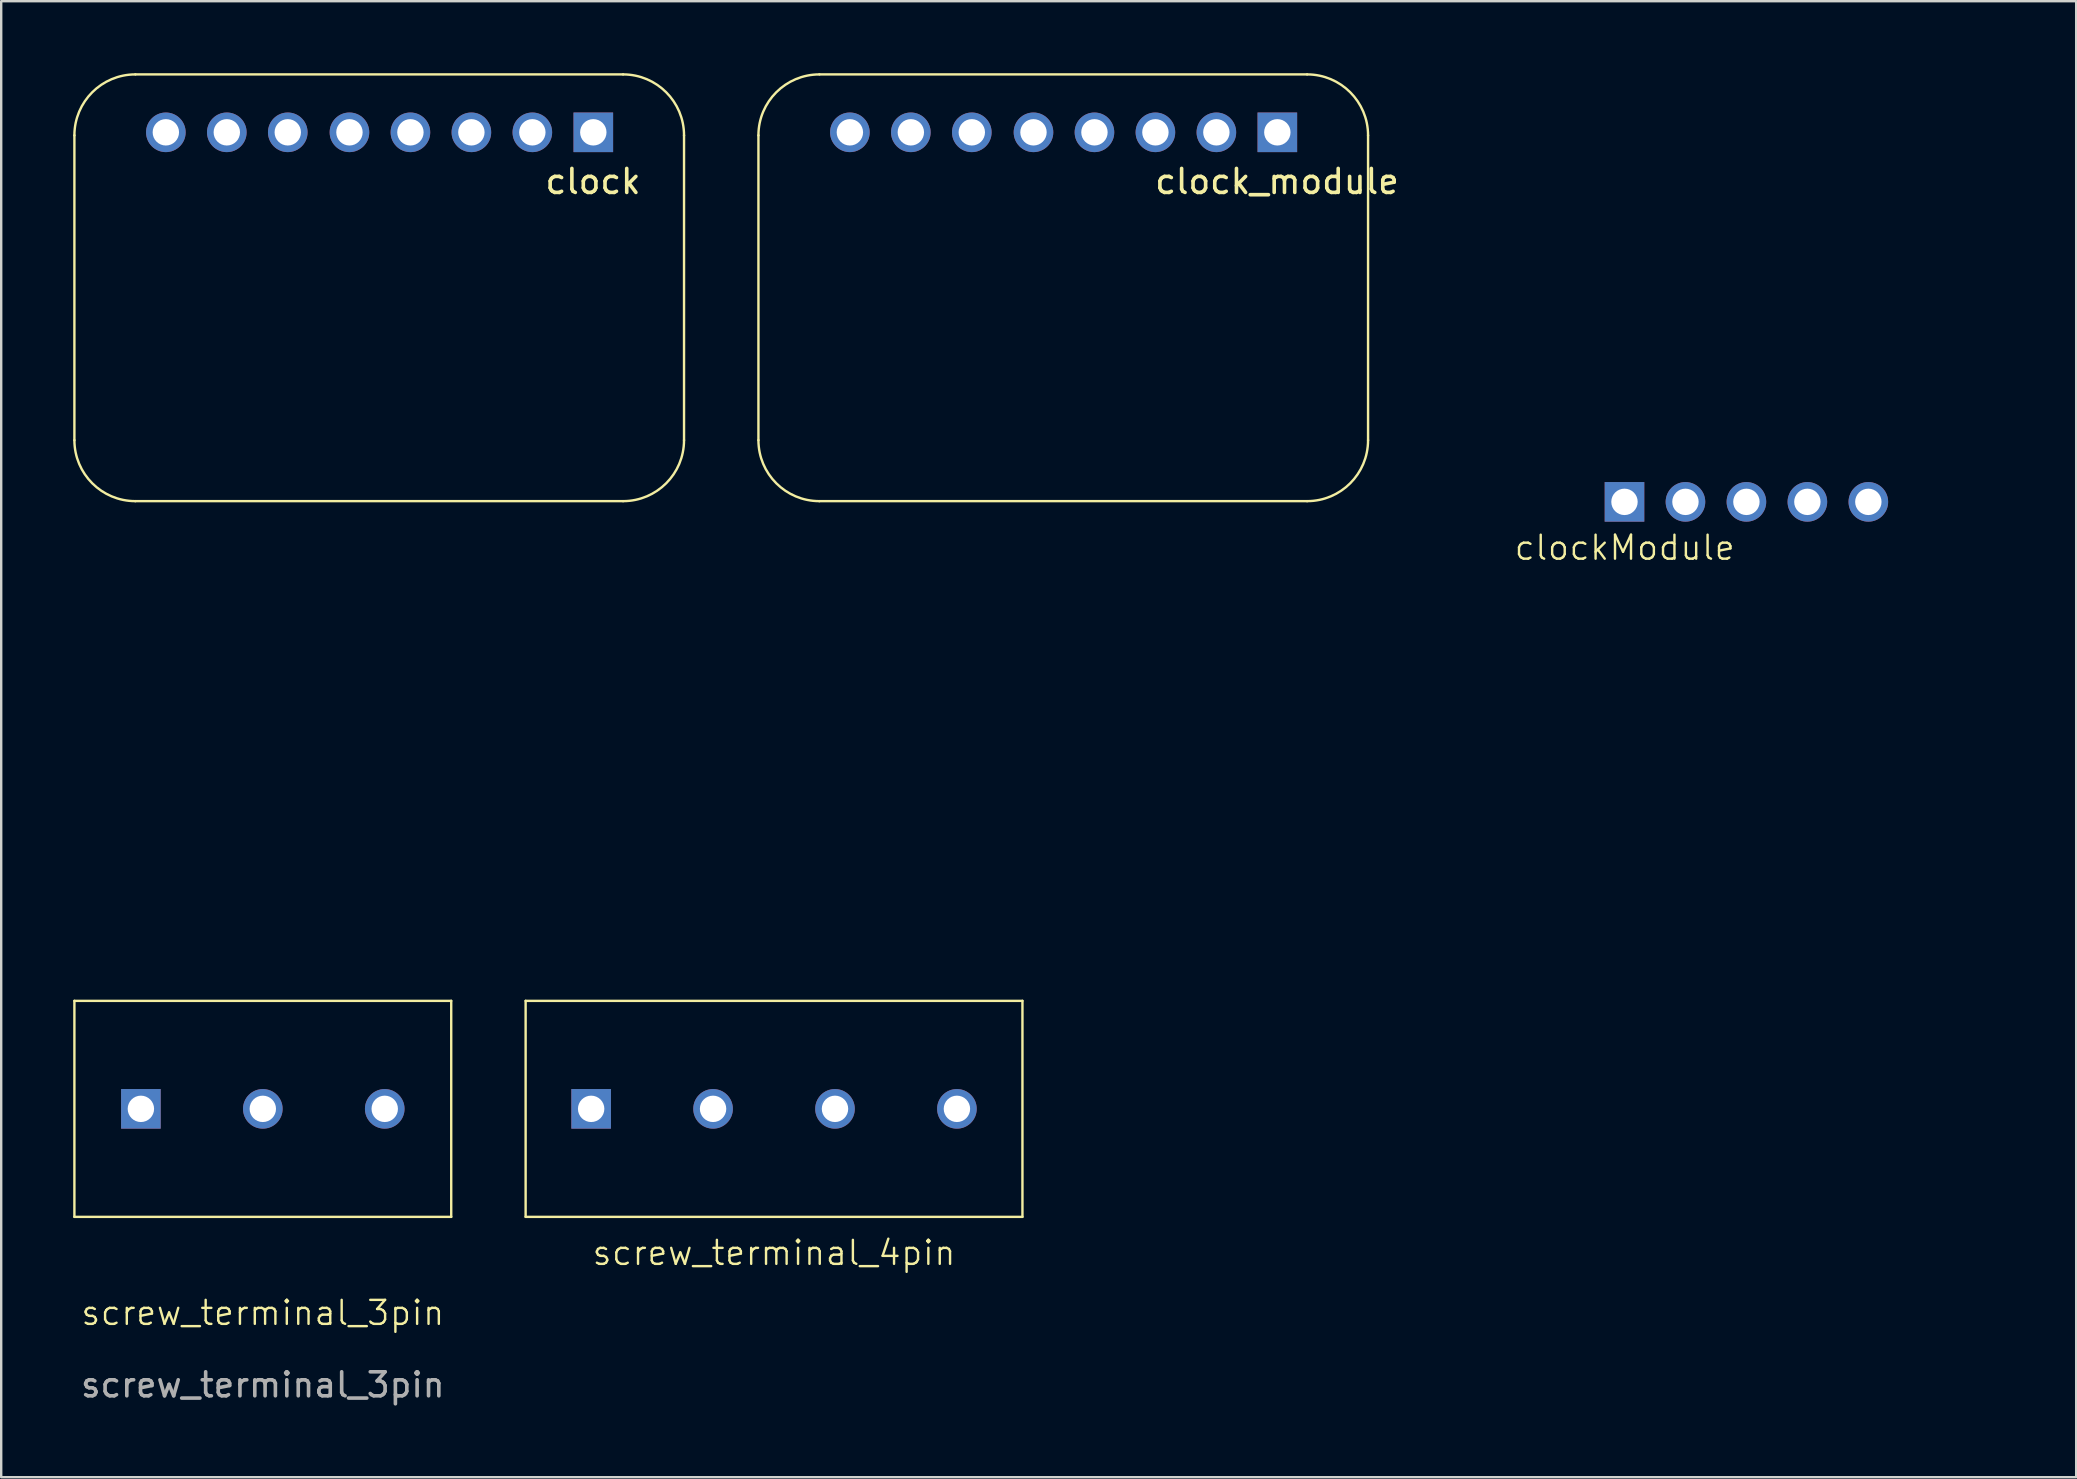
<source format=kicad_pcb>
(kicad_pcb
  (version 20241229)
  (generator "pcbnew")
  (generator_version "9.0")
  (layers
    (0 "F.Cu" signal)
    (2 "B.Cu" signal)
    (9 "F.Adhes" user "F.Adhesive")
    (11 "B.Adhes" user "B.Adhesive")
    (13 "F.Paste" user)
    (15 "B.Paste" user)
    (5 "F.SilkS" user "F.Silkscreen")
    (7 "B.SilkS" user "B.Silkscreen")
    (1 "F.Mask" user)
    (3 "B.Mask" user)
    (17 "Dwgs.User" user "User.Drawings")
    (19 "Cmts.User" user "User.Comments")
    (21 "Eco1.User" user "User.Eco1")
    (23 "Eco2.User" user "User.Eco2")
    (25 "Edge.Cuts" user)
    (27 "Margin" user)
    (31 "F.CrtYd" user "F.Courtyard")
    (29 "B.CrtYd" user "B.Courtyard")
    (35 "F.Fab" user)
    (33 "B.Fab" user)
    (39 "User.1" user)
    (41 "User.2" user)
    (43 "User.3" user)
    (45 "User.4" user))
  (footprint "clockModule"
    (layer "F.Cu")
    (at 69.744 17.77)
    (property "Reference" "clockModule" (at -5.1 2 0) (unlocked yes) (layer "F.SilkS") (effects (font (size 1 1) (thickness 0.1))))
    (attr through_hole)
    (fp_line (start -11.34 -17.72) (end 10.66 -17.72) (stroke (width 0.1) (type default)) (layer "User.1"))
    (fp_line (start -11.34 17.78) (end -11.34 -17.72) (stroke (width 0.1) (type default)) (layer "User.1"))
    (fp_line (start 10.66 -17.72) (end 10.66 17.78) (stroke (width 0.1) (type default)) (layer "User.1"))
    (fp_line (start 10.66 17.78) (end -11.34 17.78) (stroke (width 0.1) (type default)) (layer "User.1"))
    (pad "1" thru_hole rect (at -5.11 0.09) (size 1.65 1.65) (drill 1.1) (layers "*.Cu" "*.Mask"))
    (pad "2" thru_hole circle (at -2.57 0.09) (size 1.65 1.65) (drill 1.1) (layers "*.Cu" "*.Mask"))
    (pad "3" thru_hole circle (at -0.03 0.09) (size 1.65 1.65) (drill 1.1) (layers "*.Cu" "*.Mask"))
    (pad "4" thru_hole circle (at 2.51 0.09) (size 1.65 1.65) (drill 1.1) (layers "*.Cu" "*.Mask"))
    (pad "5" thru_hole circle (at 5.05 0.09) (size 1.65 1.65) (drill 1.1) (layers "*.Cu" "*.Mask")))
  (footprint "screw_terminal_4pin"
    (layer "F.Cu")
    (at 29.2 43.15)
    (property "Reference" "screw_terminal_4pin" (at 0 6 0) (unlocked yes) (layer "F.SilkS") (effects (font (size 1 1) (thickness 0.1))))
    (attr through_hole)
    (fp_line (start -10.35 -4.5) (end -10.35 4.5) (stroke (width 0.1) (type default)) (layer "F.SilkS"))
    (fp_line (start -10.35 -4.5) (end 10.35 -4.5) (stroke (width 0.1) (type default)) (layer "F.SilkS"))
    (fp_line (start -10.35 4.5) (end 10.35 4.5) (stroke (width 0.1) (type default)) (layer "F.SilkS"))
    (fp_line (start 10.35 -4.5) (end 10.35 4.5) (stroke (width 0.1) (type default)) (layer "F.SilkS"))
    (pad "1" thru_hole rect (at -7.62 0) (size 1.65 1.65) (drill 1.1) (layers "*.Cu" "*.Mask"))
    (pad "2" thru_hole circle (at -2.54 0) (size 1.65 1.65) (drill 1.1) (layers "*.Cu" "*.Mask"))
    (pad "3" thru_hole circle (at 2.54 0) (size 1.65 1.65) (drill 1.1) (layers "*.Cu" "*.Mask"))
    (pad "4" thru_hole circle (at 7.62 0) (size 1.65 1.65) (drill 1.1) (layers "*.Cu" "*.Mask")))
  (footprint "screw_terminal_3pin"
    (layer "F.Cu")
    (at 7.9 43.15)
    (property "Reference" "screw_terminal_3pin" (at 0 8.5 0) (unlocked yes) (layer "F.SilkS") (effects (font (size 1 1) (thickness 0.1))))
    (attr through_hole)
    (fp_line (start -7.85 -4.5) (end -7.85 4.5) (stroke (width 0.1) (type default)) (layer "F.SilkS"))
    (fp_line (start -7.85 -4.5) (end 7.85 -4.5) (stroke (width 0.1) (type default)) (layer "F.SilkS"))
    (fp_line (start -7.85 4.5) (end 7.85 4.5) (stroke (width 0.1) (type default)) (layer "F.SilkS"))
    (fp_line (start 7.85 -4.5) (end 7.85 4.5) (stroke (width 0.1) (type default)) (layer "F.SilkS"))
    (fp_text user "${REFERENCE}" (at 0 11.5 0) (unlocked yes) (layer "F.Fab") (effects (font (size 1 1) (thickness 0.15))))
    (pad "1" thru_hole rect (at -5.08 0) (size 1.65 1.65) (drill 1.1) (layers "*.Cu" "*.Mask"))
    (pad "2" thru_hole circle (at 0 0) (size 1.65 1.65) (drill 1.1) (layers "*.Cu" "*.Mask"))
    (pad "3" thru_hole circle (at 5.08 0) (size 1.65 1.65) (drill 1.1) (layers "*.Cu" "*.Mask")))
  (footprint "clock_module"
    (layer "F.Cu")
    (at 41.268 9.212)
    (property "Reference" "clock_module" (at 8.89 -4.7 0) (unlocked yes) (layer "F.SilkS") (effects (font (size 1 1) (thickness 0.15))))
    (attr through_hole)
    (fp_line (start -12.718 6.078) (end -12.718 -6.622) (stroke (width 0.1) (type default)) (layer "F.SilkS"))
    (fp_line (start -10.178 -9.162) (end 10.142 -9.162) (stroke (width 0.1) (type default)) (layer "F.SilkS"))
    (fp_line (start 10.142 8.618) (end -10.178 8.618) (stroke (width 0.1) (type default)) (layer "F.SilkS"))
    (fp_line (start 12.682 -6.622) (end 12.682 6.078) (stroke (width 0.1) (type default)) (layer "F.SilkS"))
    (fp_arc (start -12.718051 -6.622051) (mid -11.974102 -8.418102) (end -10.178051 -9.162051) (stroke (width 0.1) (type default)) (layer "F.SilkS"))
    (fp_arc (start -10.178051 8.617949) (mid -11.974102 7.874) (end -12.718051 6.077949) (stroke (width 0.1) (type default)) (layer "F.SilkS"))
    (fp_arc (start 10.141949 -9.162051) (mid 11.938 -8.418102) (end 12.681949 -6.622051) (stroke (width 0.1) (type default)) (layer "F.SilkS"))
    (fp_arc (start 12.681949 6.077949) (mid 11.938 7.874) (end 10.141949 8.617949) (stroke (width 0.1) (type default)) (layer "F.SilkS"))
    (pad "1" thru_hole rect (at 8.902 -6.749) (size 1.65 1.65) (drill 1.1) (layers "*.Cu" "*.Mask"))
    (pad "2" thru_hole circle (at 6.362 -6.749) (size 1.65 1.65) (drill 1.1) (layers "*.Cu" "*.Mask"))
    (pad "3" thru_hole circle (at 3.822 -6.749) (size 1.65 1.65) (drill 1.1) (layers "*.Cu" "*.Mask"))
    (pad "4" thru_hole circle (at 1.282 -6.749) (size 1.65 1.65) (drill 1.1) (layers "*.Cu" "*.Mask"))
    (pad "5" thru_hole circle (at -1.258 -6.749) (size 1.65 1.65) (drill 1.1) (layers "*.Cu" "*.Mask"))
    (pad "6" thru_hole circle (at -3.828 -6.749) (size 1.65 1.65) (drill 1.1) (layers "*.Cu" "*.Mask"))
    (pad "7" thru_hole circle (at -6.368 -6.749) (size 1.65 1.65) (drill 1.1) (layers "*.Cu" "*.Mask"))
    (pad "8" thru_hole circle (at -8.908 -6.749) (size 1.65 1.65) (drill 1.1) (layers "*.Cu" "*.Mask")))
  (footprint "clock"
    (layer "F.Cu")
    (at 12.768 9.212)
    (property "Reference" "clock" (at 8.89 -4.7 0) (unlocked yes) (layer "F.SilkS") (effects (font (size 1 1) (thickness 0.15))))
    (attr through_hole)
    (fp_line (start -12.718 6.078) (end -12.718 -6.622) (stroke (width 0.1) (type default)) (layer "F.SilkS"))
    (fp_line (start -10.178 -9.162) (end 10.142 -9.162) (stroke (width 0.1) (type default)) (layer "F.SilkS"))
    (fp_line (start 10.142 8.618) (end -10.178 8.618) (stroke (width 0.1) (type default)) (layer "F.SilkS"))
    (fp_line (start 12.682 -6.622) (end 12.682 6.078) (stroke (width 0.1) (type default)) (layer "F.SilkS"))
    (fp_arc (start -12.718051 -6.622051) (mid -11.974102 -8.418102) (end -10.178051 -9.162051) (stroke (width 0.1) (type default)) (layer "F.SilkS"))
    (fp_arc (start -10.178051 8.617949) (mid -11.974102 7.874) (end -12.718051 6.077949) (stroke (width 0.1) (type default)) (layer "F.SilkS"))
    (fp_arc (start 10.141949 -9.162051) (mid 11.938 -8.418102) (end 12.681949 -6.622051) (stroke (width 0.1) (type default)) (layer "F.SilkS"))
    (fp_arc (start 12.681949 6.077949) (mid 11.938 7.874) (end 10.141949 8.617949) (stroke (width 0.1) (type default)) (layer "F.SilkS"))
    (pad "1" thru_hole rect (at 8.902 -6.749) (size 1.65 1.65) (drill 1.1) (layers "*.Cu" "*.Mask"))
    (pad "2" thru_hole circle (at 6.362 -6.749) (size 1.65 1.65) (drill 1.1) (layers "*.Cu" "*.Mask"))
    (pad "3" thru_hole circle (at 3.822 -6.749) (size 1.65 1.65) (drill 1.1) (layers "*.Cu" "*.Mask"))
    (pad "4" thru_hole circle (at 1.282 -6.749) (size 1.65 1.65) (drill 1.1) (layers "*.Cu" "*.Mask"))
    (pad "5" thru_hole circle (at -1.258 -6.749) (size 1.65 1.65) (drill 1.1) (layers "*.Cu" "*.Mask"))
    (pad "6" thru_hole circle (at -3.828 -6.749) (size 1.65 1.65) (drill 1.1) (layers "*.Cu" "*.Mask"))
    (pad "7" thru_hole circle (at -6.368 -6.749) (size 1.65 1.65) (drill 1.1) (layers "*.Cu" "*.Mask"))
    (pad "8" thru_hole circle (at -8.908 -6.749) (size 1.65 1.65) (drill 1.1) (layers "*.Cu" "*.Mask")))
  (gr_rect
    (start -3 -3)
    (end 83.454 58.498)
    (stroke (width 0.1) (type default))
    (fill no)
    (layer "Edge.Cuts")))
</source>
